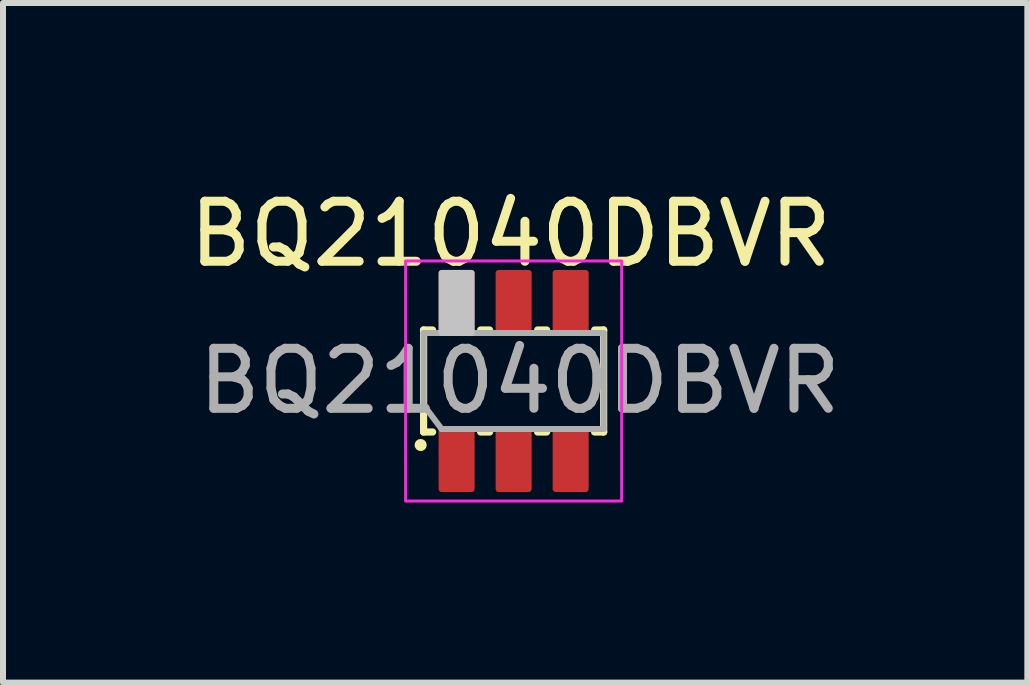
<source format=kicad_pcb>
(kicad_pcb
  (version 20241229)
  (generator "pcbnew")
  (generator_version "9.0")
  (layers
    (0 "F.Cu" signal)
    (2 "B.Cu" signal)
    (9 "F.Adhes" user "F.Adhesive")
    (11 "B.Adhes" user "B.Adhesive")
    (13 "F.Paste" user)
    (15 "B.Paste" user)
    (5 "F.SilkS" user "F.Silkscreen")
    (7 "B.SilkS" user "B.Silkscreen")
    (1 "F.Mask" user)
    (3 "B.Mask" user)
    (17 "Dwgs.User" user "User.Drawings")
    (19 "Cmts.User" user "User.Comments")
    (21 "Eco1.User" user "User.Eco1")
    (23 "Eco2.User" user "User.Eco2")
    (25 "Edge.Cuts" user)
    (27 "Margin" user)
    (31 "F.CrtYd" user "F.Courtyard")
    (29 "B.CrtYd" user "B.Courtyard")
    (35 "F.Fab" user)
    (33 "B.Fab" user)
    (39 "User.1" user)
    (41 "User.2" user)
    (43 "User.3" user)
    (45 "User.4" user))
  (footprint "BQ21040DBVR"
    (layer "F.Cu")
    (at 5.508 3.298)
    (property "Reference" "BQ21040DBVR" (at -0.05 -2.45 0) (unlocked yes) (layer "F.SilkS") (effects (font (size 1 1) (thickness 0.15))))
    (attr smd)
    (fp_line (start -1.549 1.067) (end -1.549 1.067) (stroke (width 0.2) (type default)) (layer "F.SilkS"))
    (fp_line (start -1.5 -0.85) (end -1.35 -0.85) (stroke (width 0.12) (type default)) (layer "F.SilkS"))
    (fp_line (start -1.5 0.85) (end -1.5 -0.85) (stroke (width 0.12) (type default)) (layer "F.SilkS"))
    (fp_line (start -1.35 0.85) (end -1.5 0.85) (stroke (width 0.12) (type default)) (layer "F.SilkS"))
    (fp_line (start -0.55 -0.85) (end -0.4 -0.85) (stroke (width 0.12) (type default)) (layer "F.SilkS"))
    (fp_line (start -0.55 0.85) (end -0.4 0.85) (stroke (width 0.12) (type default)) (layer "F.SilkS"))
    (fp_line (start 0.4 -0.85) (end 0.55 -0.85) (stroke (width 0.12) (type default)) (layer "F.SilkS"))
    (fp_line (start 0.4 0.85) (end 0.55 0.85) (stroke (width 0.12) (type default)) (layer "F.SilkS"))
    (fp_line (start 1.35 -0.85) (end 1.5 -0.85) (stroke (width 0.12) (type default)) (layer "F.SilkS"))
    (fp_line (start 1.5 -0.85) (end 1.5 0.85) (stroke (width 0.12) (type default)) (layer "F.SilkS"))
    (fp_line (start 1.5 0.85) (end 1.35 0.85) (stroke (width 0.12) (type default)) (layer "F.SilkS"))
    (fp_rect (start -1.8 -2) (end 1.8 2) (stroke (width 0.05) (type default)) (fill no) (layer "F.CrtYd"))
    (fp_line (start -1.5 -0.8) (end 1.5 -0.8) (stroke (width 0.1) (type default)) (layer "F.Fab"))
    (fp_line (start -1.5 0.4) (end -1.5 -0.8) (stroke (width 0.1) (type default)) (layer "F.Fab"))
    (fp_line (start -1.2 0.8) (end -1.5 0.4) (stroke (width 0.1) (type default)) (layer "F.Fab"))
    (fp_line (start 1.5 -0.8) (end 1.5 0.8) (stroke (width 0.1) (type default)) (layer "F.Fab"))
    (fp_line (start 1.5 0.8) (end -1.2 0.8) (stroke (width 0.1) (type default)) (layer "F.Fab"))
    (fp_text user "${REFERENCE}" (at 0.1 0 0) (unlocked yes) (layer "F.Fab") (effects (font (size 1 1) (thickness 0.15))))
    (pad "1" smd roundrect (at -0.95 1.3) (size 0.6 1.1) (layers "F.Cu" "F.Mask" "F.Paste") (roundrect_rratio 0.083))
    (pad "2" smd roundrect (at 0 1.3) (size 0.6 1.1) (layers "F.Cu" "F.Mask" "F.Paste") (roundrect_rratio 0.083))
    (pad "3" smd roundrect (at 0.95 1.3) (size 0.6 1.1) (layers "F.Cu" "F.Mask" "F.Paste") (roundrect_rratio 0.083))
    (pad "4" smd roundrect (at 0.95 -1.3) (size 0.6 1.1) (layers "F.Cu" "F.Mask" "F.Paste") (roundrect_rratio 0.083))
    (pad "5" smd roundrect (at 0 -1.3) (size 0.6 1.1) (layers "F.Cu" "F.Mask" "F.Paste") (roundrect_rratio 0.083))
    (pad "6" smd roundrect (at -0.95 -1.3) (size 0.6 1.1) (layers "F.Cu" "F.Mask" "F.Paste" "Dwgs.User") (roundrect_rratio 0.083)))
  (gr_rect
    (start -3 -3)
    (end 14.067 8.323)
    (stroke (width 0.1) (type default))
    (fill no)
    (layer "Edge.Cuts")))
</source>
